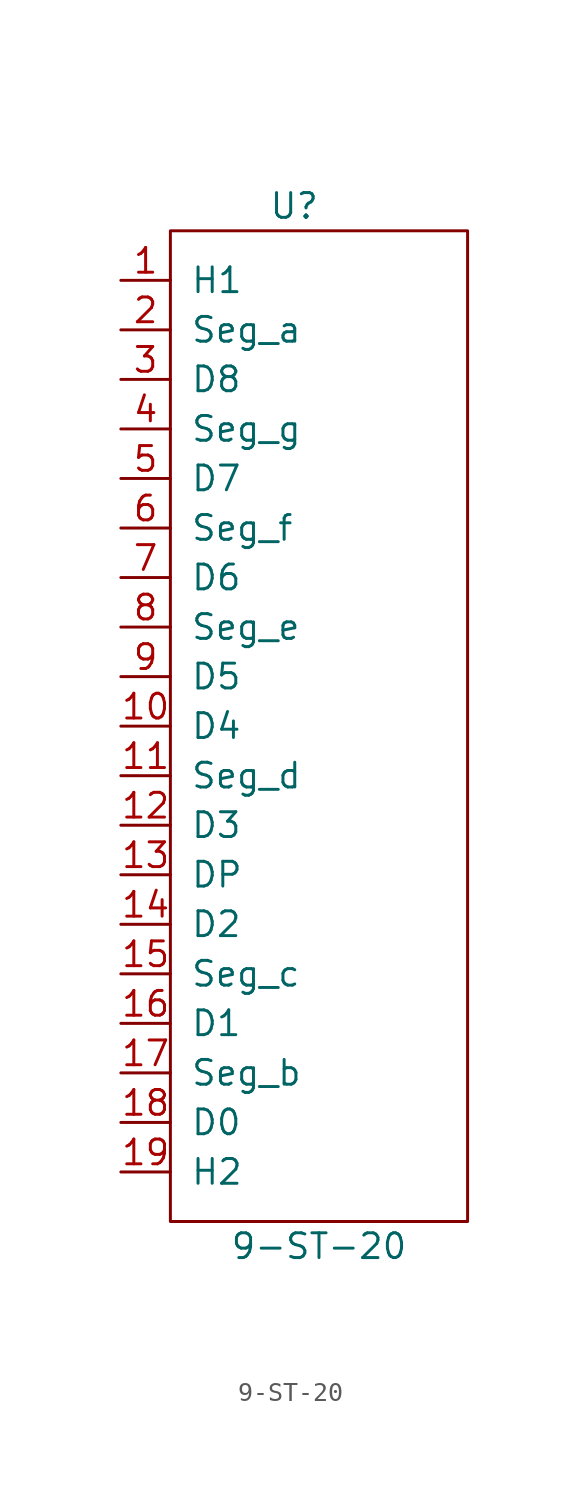
<source format=kicad_sym>
(kicad_symbol_lib
  (version 20211014)
  (generator kicad_symbol_editor)
  (symbol "9-ST-20"
    (pin_names
      (offset 1.016))
    (property "Reference" "U"
      (at 6.35 3.81 0)
      (effects (font (size 1.27 1.27))))
    (property "Value" "9-ST-20"
      (at 7.62 -49.53 0)
      (effects (font (size 1.27 1.27))))
    (symbol "9-ST-20_0_1"
      (rectangle (start 15.24 -48.26) (end 0 2.54) (stroke (width 0) (type default) (color 0 0 0 0)) (fill (type none))))
    (symbol "9-ST-20_1_1"
      (pin passive line (at -2.54 0 0) (length 2.54) (name "H1" (effects (font (size 1.27 1.27)))) (number "1" (effects (font (size 1.27 1.27)))))
      (pin passive line (at -2.54 -22.86 0) (length 2.54) (name "D4" (effects (font (size 1.27 1.27)))) (number "10" (effects (font (size 1.27 1.27)))))
      (pin passive line (at -2.54 -25.4 0) (length 2.54) (name "Seg_d" (effects (font (size 1.27 1.27)))) (number "11" (effects (font (size 1.27 1.27)))))
      (pin passive line (at -2.54 -27.94 0) (length 2.54) (name "D3" (effects (font (size 1.27 1.27)))) (number "12" (effects (font (size 1.27 1.27)))))
      (pin passive line (at -2.54 -30.48 0) (length 2.54) (name "DP" (effects (font (size 1.27 1.27)))) (number "13" (effects (font (size 1.27 1.27)))))
      (pin passive line (at -2.54 -33.02 0) (length 2.54) (name "D2" (effects (font (size 1.27 1.27)))) (number "14" (effects (font (size 1.27 1.27)))))
      (pin passive line (at -2.54 -35.56 0) (length 2.54) (name "Seg_c" (effects (font (size 1.27 1.27)))) (number "15" (effects (font (size 1.27 1.27)))))
      (pin passive line (at -2.54 -38.1 0) (length 2.54) (name "D1" (effects (font (size 1.27 1.27)))) (number "16" (effects (font (size 1.27 1.27)))))
      (pin passive line (at -2.54 -40.64 0) (length 2.54) (name "Seg_b" (effects (font (size 1.27 1.27)))) (number "17" (effects (font (size 1.27 1.27)))))
      (pin passive line (at -2.54 -43.18 0) (length 2.54) (name "D0" (effects (font (size 1.27 1.27)))) (number "18" (effects (font (size 1.27 1.27)))))
      (pin passive line (at -2.54 -45.72 0) (length 2.54) (name "H2" (effects (font (size 1.27 1.27)))) (number "19" (effects (font (size 1.27 1.27)))))
      (pin passive line (at -2.54 -2.54 0) (length 2.54) (name "Seg_a" (effects (font (size 1.27 1.27)))) (number "2" (effects (font (size 1.27 1.27)))))
      (pin passive line (at -2.54 -5.08 0) (length 2.54) (name "D8" (effects (font (size 1.27 1.27)))) (number "3" (effects (font (size 1.27 1.27)))))
      (pin passive line (at -2.54 -7.62 0) (length 2.54) (name "Seg_g" (effects (font (size 1.27 1.27)))) (number "4" (effects (font (size 1.27 1.27)))))
      (pin passive line (at -2.54 -10.16 0) (length 2.54) (name "D7" (effects (font (size 1.27 1.27)))) (number "5" (effects (font (size 1.27 1.27)))))
      (pin passive line (at -2.54 -12.7 0) (length 2.54) (name "Seg_f" (effects (font (size 1.27 1.27)))) (number "6" (effects (font (size 1.27 1.27)))))
      (pin passive line (at -2.54 -15.24 0) (length 2.54) (name "D6" (effects (font (size 1.27 1.27)))) (number "7" (effects (font (size 1.27 1.27)))))
      (pin passive line (at -2.54 -17.78 0) (length 2.54) (name "Seg_e" (effects (font (size 1.27 1.27)))) (number "8" (effects (font (size 1.27 1.27)))))
      (pin passive line (at -2.54 -20.32 0) (length 2.54) (name "D5" (effects (font (size 1.27 1.27)))) (number "9" (effects (font (size 1.27 1.27))))))))
</source>
